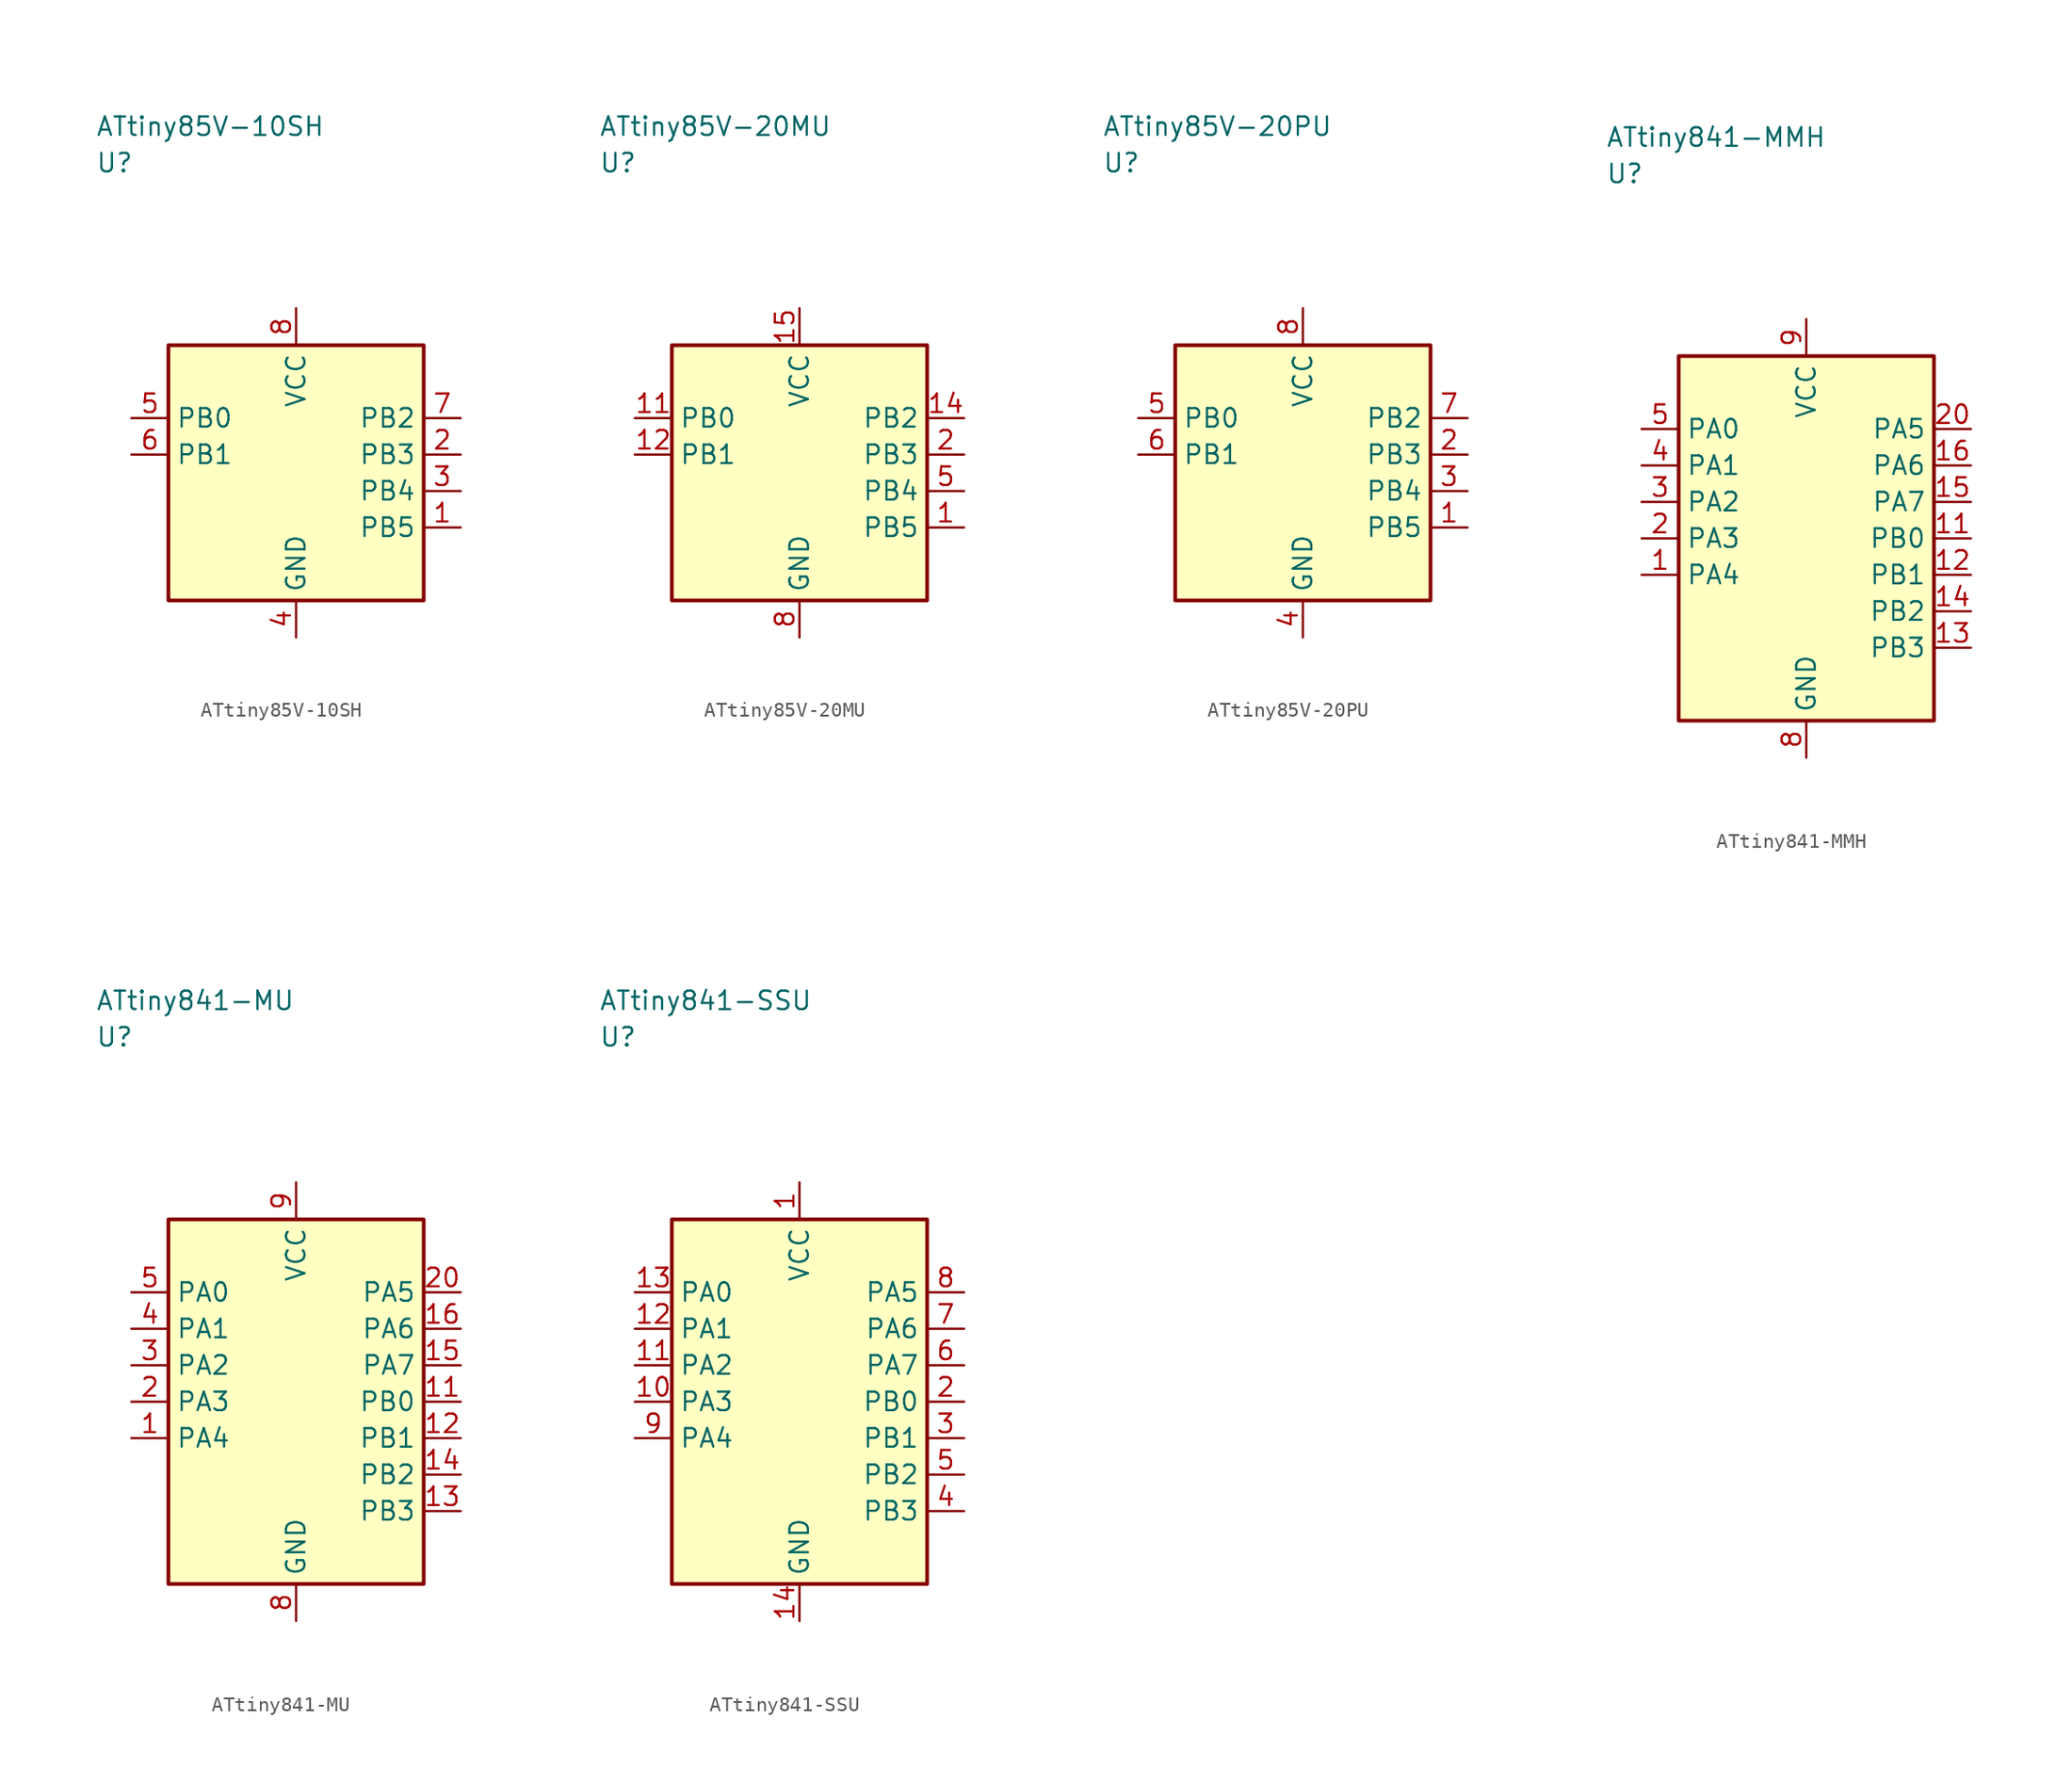
<source format=kicad_sym>
(kicad_symbol_lib
  (version 20241025)
  (generator "kicad_symbol_editor")
  (generator_version "8.0")
  (symbol "ATtiny85V-10SH"
    (property "Reference" "U"
      (at -13.75 21.25 0)
      (effects (font (size 1.27 1.27)) (justify left)))
    (property "Value" "ATtiny85V-10SH"
      (at -13.75 23.75 0)
      (effects (font (size 1.27 1.27)) (justify left)))
    (symbol "ATtiny85V-10SH_0_1"
      (rectangle (start -8.75 8.75) (end 8.75 -8.75) (stroke (width 0.254) (type default)) (fill (type background))))
    (symbol "ATtiny85V-10SH_1_1"
      (pin bidirectional line (at 11.29 -3.75 180.0) (length 2.54) (name "PB5" (effects (font (size 1.27 1.27)))) (number "1" (effects (font (size 1.27 1.27)))))
      (pin bidirectional line (at 11.29 1.25 180.0) (length 2.54) (name "PB3" (effects (font (size 1.27 1.27)))) (number "2" (effects (font (size 1.27 1.27)))))
      (pin bidirectional line (at 11.29 -1.25 180.0) (length 2.54) (name "PB4" (effects (font (size 1.27 1.27)))) (number "3" (effects (font (size 1.27 1.27)))))
      (pin passive line (at 0.0 -11.29 90.0) (length 2.54) (name "GND" (effects (font (size 1.27 1.27)))) (number "4" (effects (font (size 1.27 1.27)))))
      (pin bidirectional line (at -11.29 3.75 0.0) (length 2.54) (name "PB0" (effects (font (size 1.27 1.27)))) (number "5" (effects (font (size 1.27 1.27)))))
      (pin bidirectional line (at -11.29 1.25 0.0) (length 2.54) (name "PB1" (effects (font (size 1.27 1.27)))) (number "6" (effects (font (size 1.27 1.27)))))
      (pin bidirectional line (at 11.29 3.75 180.0) (length 2.54) (name "PB2" (effects (font (size 1.27 1.27)))) (number "7" (effects (font (size 1.27 1.27)))))
      (pin power_in line (at 0.0 11.29 270.0) (length 2.54) (name "VCC" (effects (font (size 1.27 1.27)))) (number "8" (effects (font (size 1.27 1.27)))))))
  (symbol "ATtiny85V-20MU"
    (property "Reference" "U"
      (at -13.75 21.25 0)
      (effects (font (size 1.27 1.27)) (justify left)))
    (property "Value" "ATtiny85V-20MU"
      (at -13.75 23.75 0)
      (effects (font (size 1.27 1.27)) (justify left)))
    (symbol "ATtiny85V-20MU_0_1"
      (rectangle (start -8.75 8.75) (end 8.75 -8.75) (stroke (width 0.254) (type default)) (fill (type background))))
    (symbol "ATtiny85V-20MU_1_1"
      (pin bidirectional line (at 11.29 -3.75 180.0) (length 2.54) (name "PB5" (effects (font (size 1.27 1.27)))) (number "1" (effects (font (size 1.27 1.27)))))
      (pin bidirectional line (at 11.29 1.25 180.0) (length 2.54) (name "PB3" (effects (font (size 1.27 1.27)))) (number "2" (effects (font (size 1.27 1.27)))))
      (pin bidirectional line (at 11.29 -1.25 180.0) (length 2.54) (name "PB4" (effects (font (size 1.27 1.27)))) (number "5" (effects (font (size 1.27 1.27)))))
      (pin passive line (at 0.0 -11.29 90.0) (length 2.54) (name "GND" (effects (font (size 1.27 1.27)))) (number "8" (effects (font (size 1.27 1.27)))))
      (pin bidirectional line (at -11.29 3.75 0.0) (length 2.54) (name "PB0" (effects (font (size 1.27 1.27)))) (number "11" (effects (font (size 1.27 1.27)))))
      (pin bidirectional line (at -11.29 1.25 0.0) (length 2.54) (name "PB1" (effects (font (size 1.27 1.27)))) (number "12" (effects (font (size 1.27 1.27)))))
      (pin bidirectional line (at 11.29 3.75 180.0) (length 2.54) (name "PB2" (effects (font (size 1.27 1.27)))) (number "14" (effects (font (size 1.27 1.27)))))
      (pin power_in line (at 0.0 11.29 270.0) (length 2.54) (name "VCC" (effects (font (size 1.27 1.27)))) (number "15" (effects (font (size 1.27 1.27)))))))
  (symbol "ATtiny85V-20PU"
    (property "Reference" "U"
      (at -13.75 21.25 0)
      (effects (font (size 1.27 1.27)) (justify left)))
    (property "Value" "ATtiny85V-20PU"
      (at -13.75 23.75 0)
      (effects (font (size 1.27 1.27)) (justify left)))
    (symbol "ATtiny85V-20PU_0_1"
      (rectangle (start -8.75 8.75) (end 8.75 -8.75) (stroke (width 0.254) (type default)) (fill (type background))))
    (symbol "ATtiny85V-20PU_1_1"
      (pin bidirectional line (at 11.29 -3.75 180.0) (length 2.54) (name "PB5" (effects (font (size 1.27 1.27)))) (number "1" (effects (font (size 1.27 1.27)))))
      (pin bidirectional line (at 11.29 1.25 180.0) (length 2.54) (name "PB3" (effects (font (size 1.27 1.27)))) (number "2" (effects (font (size 1.27 1.27)))))
      (pin bidirectional line (at 11.29 -1.25 180.0) (length 2.54) (name "PB4" (effects (font (size 1.27 1.27)))) (number "3" (effects (font (size 1.27 1.27)))))
      (pin passive line (at 0.0 -11.29 90.0) (length 2.54) (name "GND" (effects (font (size 1.27 1.27)))) (number "4" (effects (font (size 1.27 1.27)))))
      (pin bidirectional line (at -11.29 3.75 0.0) (length 2.54) (name "PB0" (effects (font (size 1.27 1.27)))) (number "5" (effects (font (size 1.27 1.27)))))
      (pin bidirectional line (at -11.29 1.25 0.0) (length 2.54) (name "PB1" (effects (font (size 1.27 1.27)))) (number "6" (effects (font (size 1.27 1.27)))))
      (pin bidirectional line (at 11.29 3.75 180.0) (length 2.54) (name "PB2" (effects (font (size 1.27 1.27)))) (number "7" (effects (font (size 1.27 1.27)))))
      (pin power_in line (at 0.0 11.29 270.0) (length 2.54) (name "VCC" (effects (font (size 1.27 1.27)))) (number "8" (effects (font (size 1.27 1.27)))))))
  (symbol "ATtiny841-MMH"
    (property "Reference" "U"
      (at -13.75 25.0 0)
      (effects (font (size 1.27 1.27)) (justify left)))
    (property "Value" "ATtiny841-MMH"
      (at -13.75 27.5 0)
      (effects (font (size 1.27 1.27)) (justify left)))
    (symbol "ATtiny841-MMH_0_1"
      (rectangle (start -8.75 12.5) (end 8.75 -12.5) (stroke (width 0.254) (type default)) (fill (type background))))
    (symbol "ATtiny841-MMH_1_1"
      (pin bidirectional line (at -11.29 -2.5 0.0) (length 2.54) (name "PA4" (effects (font (size 1.27 1.27)))) (number "1" (effects (font (size 1.27 1.27)))))
      (pin bidirectional line (at -11.29 0.0 0.0) (length 2.54) (name "PA3" (effects (font (size 1.27 1.27)))) (number "2" (effects (font (size 1.27 1.27)))))
      (pin bidirectional line (at -11.29 2.5 0.0) (length 2.54) (name "PA2" (effects (font (size 1.27 1.27)))) (number "3" (effects (font (size 1.27 1.27)))))
      (pin bidirectional line (at -11.29 5.0 0.0) (length 2.54) (name "PA1" (effects (font (size 1.27 1.27)))) (number "4" (effects (font (size 1.27 1.27)))))
      (pin bidirectional line (at -11.29 7.5 0.0) (length 2.54) (name "PA0" (effects (font (size 1.27 1.27)))) (number "5" (effects (font (size 1.27 1.27)))))
      (pin passive line (at 0.0 -15.04 90.0) (length 2.54) (name "GND" (effects (font (size 1.27 1.27)))) (number "8" (effects (font (size 1.27 1.27)))))
      (pin power_in line (at 0.0 15.04 270.0) (length 2.54) (name "VCC" (effects (font (size 1.27 1.27)))) (number "9" (effects (font (size 1.27 1.27)))))
      (pin bidirectional line (at 11.29 0.0 180.0) (length 2.54) (name "PB0" (effects (font (size 1.27 1.27)))) (number "11" (effects (font (size 1.27 1.27)))))
      (pin bidirectional line (at 11.29 -2.5 180.0) (length 2.54) (name "PB1" (effects (font (size 1.27 1.27)))) (number "12" (effects (font (size 1.27 1.27)))))
      (pin bidirectional line (at 11.29 -7.5 180.0) (length 2.54) (name "PB3" (effects (font (size 1.27 1.27)))) (number "13" (effects (font (size 1.27 1.27)))))
      (pin bidirectional line (at 11.29 -5.0 180.0) (length 2.54) (name "PB2" (effects (font (size 1.27 1.27)))) (number "14" (effects (font (size 1.27 1.27)))))
      (pin bidirectional line (at 11.29 2.5 180.0) (length 2.54) (name "PA7" (effects (font (size 1.27 1.27)))) (number "15" (effects (font (size 1.27 1.27)))))
      (pin bidirectional line (at 11.29 5.0 180.0) (length 2.54) (name "PA6" (effects (font (size 1.27 1.27)))) (number "16" (effects (font (size 1.27 1.27)))))
      (pin bidirectional line (at 11.29 7.5 180.0) (length 2.54) (name "PA5" (effects (font (size 1.27 1.27)))) (number "20" (effects (font (size 1.27 1.27)))))))
  (symbol "ATtiny841-MU"
    (property "Reference" "U"
      (at -13.75 25.0 0)
      (effects (font (size 1.27 1.27)) (justify left)))
    (property "Value" "ATtiny841-MU"
      (at -13.75 27.5 0)
      (effects (font (size 1.27 1.27)) (justify left)))
    (symbol "ATtiny841-MU_0_1"
      (rectangle (start -8.75 12.5) (end 8.75 -12.5) (stroke (width 0.254) (type default)) (fill (type background))))
    (symbol "ATtiny841-MU_1_1"
      (pin bidirectional line (at -11.29 -2.5 0.0) (length 2.54) (name "PA4" (effects (font (size 1.27 1.27)))) (number "1" (effects (font (size 1.27 1.27)))))
      (pin bidirectional line (at -11.29 0.0 0.0) (length 2.54) (name "PA3" (effects (font (size 1.27 1.27)))) (number "2" (effects (font (size 1.27 1.27)))))
      (pin bidirectional line (at -11.29 2.5 0.0) (length 2.54) (name "PA2" (effects (font (size 1.27 1.27)))) (number "3" (effects (font (size 1.27 1.27)))))
      (pin bidirectional line (at -11.29 5.0 0.0) (length 2.54) (name "PA1" (effects (font (size 1.27 1.27)))) (number "4" (effects (font (size 1.27 1.27)))))
      (pin bidirectional line (at -11.29 7.5 0.0) (length 2.54) (name "PA0" (effects (font (size 1.27 1.27)))) (number "5" (effects (font (size 1.27 1.27)))))
      (pin passive line (at 0.0 -15.04 90.0) (length 2.54) (name "GND" (effects (font (size 1.27 1.27)))) (number "8" (effects (font (size 1.27 1.27)))))
      (pin power_in line (at 0.0 15.04 270.0) (length 2.54) (name "VCC" (effects (font (size 1.27 1.27)))) (number "9" (effects (font (size 1.27 1.27)))))
      (pin bidirectional line (at 11.29 0.0 180.0) (length 2.54) (name "PB0" (effects (font (size 1.27 1.27)))) (number "11" (effects (font (size 1.27 1.27)))))
      (pin bidirectional line (at 11.29 -2.5 180.0) (length 2.54) (name "PB1" (effects (font (size 1.27 1.27)))) (number "12" (effects (font (size 1.27 1.27)))))
      (pin bidirectional line (at 11.29 -7.5 180.0) (length 2.54) (name "PB3" (effects (font (size 1.27 1.27)))) (number "13" (effects (font (size 1.27 1.27)))))
      (pin bidirectional line (at 11.29 -5.0 180.0) (length 2.54) (name "PB2" (effects (font (size 1.27 1.27)))) (number "14" (effects (font (size 1.27 1.27)))))
      (pin bidirectional line (at 11.29 2.5 180.0) (length 2.54) (name "PA7" (effects (font (size 1.27 1.27)))) (number "15" (effects (font (size 1.27 1.27)))))
      (pin bidirectional line (at 11.29 5.0 180.0) (length 2.54) (name "PA6" (effects (font (size 1.27 1.27)))) (number "16" (effects (font (size 1.27 1.27)))))
      (pin bidirectional line (at 11.29 7.5 180.0) (length 2.54) (name "PA5" (effects (font (size 1.27 1.27)))) (number "20" (effects (font (size 1.27 1.27)))))))
  (symbol "ATtiny841-SSU"
    (property "Reference" "U"
      (at -13.75 25.0 0)
      (effects (font (size 1.27 1.27)) (justify left)))
    (property "Value" "ATtiny841-SSU"
      (at -13.75 27.5 0)
      (effects (font (size 1.27 1.27)) (justify left)))
    (symbol "ATtiny841-SSU_0_1"
      (rectangle (start -8.75 12.5) (end 8.75 -12.5) (stroke (width 0.254) (type default)) (fill (type background))))
    (symbol "ATtiny841-SSU_1_1"
      (pin passive line (at 0.0 -15.04 90.0) (length 2.54) (name "GND" (effects (font (size 1.27 1.27)))) (number "14" (effects (font (size 1.27 1.27)))))
      (pin bidirectional line (at -11.29 7.5 0.0) (length 2.54) (name "PA0" (effects (font (size 1.27 1.27)))) (number "13" (effects (font (size 1.27 1.27)))))
      (pin bidirectional line (at -11.29 5.0 0.0) (length 2.54) (name "PA1" (effects (font (size 1.27 1.27)))) (number "12" (effects (font (size 1.27 1.27)))))
      (pin bidirectional line (at -11.29 2.5 0.0) (length 2.54) (name "PA2" (effects (font (size 1.27 1.27)))) (number "11" (effects (font (size 1.27 1.27)))))
      (pin bidirectional line (at -11.29 0.0 0.0) (length 2.54) (name "PA3" (effects (font (size 1.27 1.27)))) (number "10" (effects (font (size 1.27 1.27)))))
      (pin bidirectional line (at -11.29 -2.5 0.0) (length 2.54) (name "PA4" (effects (font (size 1.27 1.27)))) (number "9" (effects (font (size 1.27 1.27)))))
      (pin bidirectional line (at 11.29 7.5 180.0) (length 2.54) (name "PA5" (effects (font (size 1.27 1.27)))) (number "8" (effects (font (size 1.27 1.27)))))
      (pin bidirectional line (at 11.29 5.0 180.0) (length 2.54) (name "PA6" (effects (font (size 1.27 1.27)))) (number "7" (effects (font (size 1.27 1.27)))))
      (pin bidirectional line (at 11.29 2.5 180.0) (length 2.54) (name "PA7" (effects (font (size 1.27 1.27)))) (number "6" (effects (font (size 1.27 1.27)))))
      (pin bidirectional line (at 11.29 -5.0 180.0) (length 2.54) (name "PB2" (effects (font (size 1.27 1.27)))) (number "5" (effects (font (size 1.27 1.27)))))
      (pin bidirectional line (at 11.29 -7.5 180.0) (length 2.54) (name "PB3" (effects (font (size 1.27 1.27)))) (number "4" (effects (font (size 1.27 1.27)))))
      (pin bidirectional line (at 11.29 -2.5 180.0) (length 2.54) (name "PB1" (effects (font (size 1.27 1.27)))) (number "3" (effects (font (size 1.27 1.27)))))
      (pin bidirectional line (at 11.29 0.0 180.0) (length 2.54) (name "PB0" (effects (font (size 1.27 1.27)))) (number "2" (effects (font (size 1.27 1.27)))))
      (pin power_in line (at 0.0 15.04 270.0) (length 2.54) (name "VCC" (effects (font (size 1.27 1.27)))) (number "1" (effects (font (size 1.27 1.27))))))))
</source>
